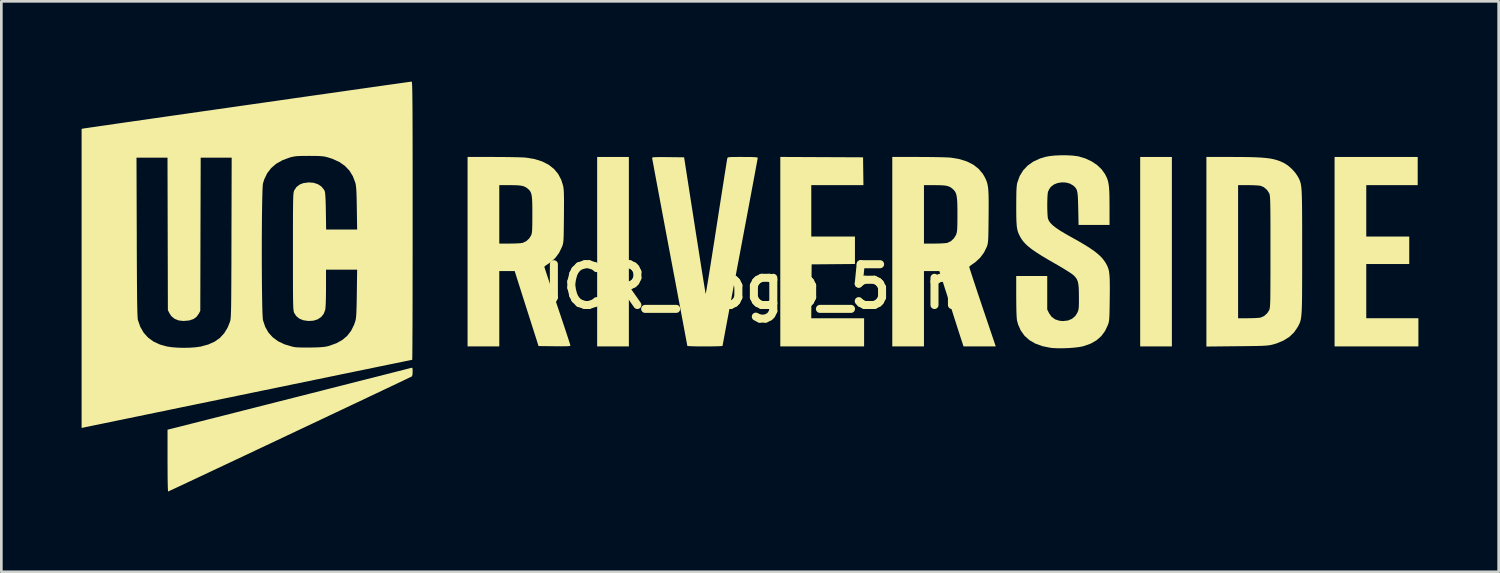
<source format=kicad_pcb>
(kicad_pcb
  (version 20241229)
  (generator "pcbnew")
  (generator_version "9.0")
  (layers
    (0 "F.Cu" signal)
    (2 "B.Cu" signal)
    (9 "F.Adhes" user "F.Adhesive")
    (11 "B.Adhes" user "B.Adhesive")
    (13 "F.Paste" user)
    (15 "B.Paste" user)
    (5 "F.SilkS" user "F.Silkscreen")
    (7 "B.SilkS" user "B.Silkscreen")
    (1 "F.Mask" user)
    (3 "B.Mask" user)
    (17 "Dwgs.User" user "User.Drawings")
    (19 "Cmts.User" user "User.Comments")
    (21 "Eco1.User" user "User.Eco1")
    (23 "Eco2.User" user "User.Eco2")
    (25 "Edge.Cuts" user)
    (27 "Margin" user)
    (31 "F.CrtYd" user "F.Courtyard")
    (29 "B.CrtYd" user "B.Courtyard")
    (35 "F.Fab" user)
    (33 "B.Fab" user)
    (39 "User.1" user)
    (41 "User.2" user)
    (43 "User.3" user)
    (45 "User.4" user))
  (footprint "UCR_Logo_5cm"
    (layer "F.Cu")
    (at 24.979 7.659)
    (property "Reference" "UCR_Logo_5cm" (at 0 0 0) (layer "F.SilkS") (effects (font (size 1.524 1.524) (thickness 0.3))))
    (attr board_only exclude_from_pos_files exclude_from_bom)
    (fp_poly (pts (xy -4.527 2.237) (xy -5.712 2.237) (xy -5.712 -4.843) (xy -4.527 -4.843)) (stroke (width 0) (type solid)) (fill yes) (layer "F.SilkS"))
    (fp_poly (pts (xy 15.766 2.237) (xy 14.582 2.237) (xy 14.582 -4.843) (xy 15.766 -4.843)) (stroke (width 0) (type solid)) (fill yes) (layer "F.SilkS"))
    (fp_poly (pts (xy 24.953 -3.79) (xy 23.031 -3.79) (xy 23.031 -1.869) (xy 24.637 -1.869) (xy 24.637 -0.842) (xy 23.031 -0.842) (xy 23.031 1.184) (xy 24.979 1.184) (xy 24.979 2.237) (xy 21.847 2.237) (xy 21.847 -4.843) (xy 24.953 -4.843)) (stroke (width 0) (type solid)) (fill yes) (layer "F.SilkS"))
    (fp_poly (pts (xy 2.678 -4.837) (xy 4.225 -4.83) (xy 4.239 -3.79) (xy 2.29 -3.79) (xy 2.29 -1.869) (xy 3.922 -1.869) (xy 3.922 -0.843) (xy 3.112 -0.836) (xy 2.303 -0.829) (xy 2.289 1.184) (xy 4.264 1.184) (xy 4.264 2.237) (xy 1.132 2.237) (xy 1.132 -4.844)) (stroke (width 0) (type solid)) (fill yes) (layer "F.SilkS"))
    (fp_poly (pts (xy -12.614 3.058) (xy -12.609 3.115) (xy -12.608 3.182) (xy -12.613 3.282) (xy -12.629 3.346) (xy -12.641 3.361) (xy -12.669 3.375) (xy -12.742 3.41) (xy -12.857 3.465) (xy -13.011 3.539) (xy -13.201 3.629) (xy -13.424 3.735) (xy -13.678 3.855) (xy -13.959 3.988) (xy -14.265 4.133) (xy -14.593 4.289) (xy -14.941 4.453) (xy -15.305 4.625) (xy -15.682 4.803) (xy -16.07 4.987) (xy -16.466 5.174) (xy -16.867 5.363) (xy -17.27 5.553) (xy -17.673 5.744) (xy -18.072 5.932) (xy -18.466 6.118) (xy -18.85 6.299) (xy -19.222 6.474) (xy -19.58 6.643) (xy -19.921 6.803) (xy -20.241 6.954) (xy -20.538 7.094) (xy -20.809 7.221) (xy -21.052 7.335) (xy -21.262 7.434) (xy -21.439 7.517) (xy -21.578 7.582) (xy -21.678 7.628) (xy -21.734 7.654) (xy -21.747 7.659) (xy -21.751 7.634) (xy -21.755 7.561) (xy -21.759 7.447) (xy -21.762 7.295) (xy -21.765 7.112) (xy -21.766 6.903) (xy -21.767 6.674) (xy -21.768 6.505) (xy -21.768 5.35) (xy -21.59 5.305) (xy -21.524 5.289) (xy -21.413 5.261) (xy -21.259 5.222) (xy -21.067 5.173) (xy -20.838 5.115) (xy -20.577 5.049) (xy -20.286 4.975) (xy -19.969 4.895) (xy -19.628 4.809) (xy -19.267 4.717) (xy -18.89 4.621) (xy -18.498 4.522) (xy -18.096 4.42) (xy -17.687 4.316) (xy -17.273 4.211) (xy -16.859 4.106) (xy -16.446 4.001) (xy -16.038 3.898) (xy -15.639 3.796) (xy -15.252 3.698) (xy -14.879 3.603) (xy -14.525 3.513) (xy -14.191 3.429) (xy -13.882 3.35) (xy -13.6 3.278) (xy -13.348 3.214) (xy -13.131 3.159) (xy -12.95 3.113) (xy -12.809 3.077) (xy -12.712 3.052) (xy -12.661 3.039) (xy -12.654 3.037) (xy -12.628 3.036)) (stroke (width 0) (type solid)) (fill yes) (layer "F.SilkS"))
    (fp_poly (pts (xy 6.297 -4.843) (xy 6.531 -4.842) (xy 6.758 -4.84) (xy 6.971 -4.837) (xy 7.161 -4.833) (xy 7.321 -4.828) (xy 7.444 -4.822) (xy 7.515 -4.816) (xy 7.832 -4.762) (xy 8.109 -4.674) (xy 8.347 -4.553) (xy 8.544 -4.399) (xy 8.7 -4.213) (xy 8.758 -4.115) (xy 8.799 -4.035) (xy 8.833 -3.959) (xy 8.86 -3.882) (xy 8.881 -3.797) (xy 8.897 -3.698) (xy 8.908 -3.579) (xy 8.915 -3.435) (xy 8.918 -3.26) (xy 8.919 -3.047) (xy 8.918 -2.791) (xy 8.917 -2.622) (xy 8.914 -2.369) (xy 8.912 -2.162) (xy 8.909 -1.996) (xy 8.906 -1.866) (xy 8.901 -1.764) (xy 8.895 -1.686) (xy 8.887 -1.625) (xy 8.877 -1.575) (xy 8.865 -1.531) (xy 8.85 -1.487) (xy 8.846 -1.478) (xy 8.745 -1.272) (xy 8.604 -1.081) (xy 8.433 -0.921) (xy 8.37 -0.875) (xy 8.288 -0.819) (xy 8.226 -0.772) (xy 8.194 -0.744) (xy 8.192 -0.741) (xy 8.199 -0.713) (xy 8.221 -0.639) (xy 8.258 -0.525) (xy 8.307 -0.374) (xy 8.367 -0.191) (xy 8.437 0.02) (xy 8.515 0.255) (xy 8.6 0.508) (xy 8.684 0.759) (xy 9.184 2.237) (xy 7.98 2.237) (xy 7.887 1.954) (xy 7.857 1.863) (xy 7.814 1.73) (xy 7.76 1.562) (xy 7.698 1.367) (xy 7.629 1.153) (xy 7.558 0.928) (xy 7.488 0.711) (xy 7.418 0.488) (xy 7.35 0.275) (xy 7.287 0.079) (xy 7.232 -0.095) (xy 7.186 -0.24) (xy 7.151 -0.348) (xy 7.13 -0.412) (xy 7.13 -0.415) (xy 7.076 -0.579) (xy 6.501 -0.579) (xy 6.501 2.237) (xy 5.317 2.237) (xy 5.317 -3.79) (xy 6.501 -3.79) (xy 6.501 -1.606) (xy 6.89 -1.606) (xy 7.036 -1.608) (xy 7.172 -1.613) (xy 7.285 -1.621) (xy 7.362 -1.63) (xy 7.377 -1.633) (xy 7.506 -1.695) (xy 7.616 -1.796) (xy 7.696 -1.924) (xy 7.704 -1.942) (xy 7.719 -1.988) (xy 7.731 -2.041) (xy 7.74 -2.108) (xy 7.745 -2.197) (xy 7.749 -2.315) (xy 7.751 -2.469) (xy 7.752 -2.668) (xy 7.752 -2.698) (xy 7.751 -2.928) (xy 7.747 -3.113) (xy 7.738 -3.259) (xy 7.724 -3.372) (xy 7.704 -3.46) (xy 7.675 -3.529) (xy 7.636 -3.586) (xy 7.587 -3.637) (xy 7.566 -3.656) (xy 7.504 -3.704) (xy 7.435 -3.739) (xy 7.351 -3.764) (xy 7.243 -3.779) (xy 7.101 -3.787) (xy 6.917 -3.79) (xy 6.89 -3.79) (xy 6.501 -3.79) (xy 5.317 -3.79) (xy 5.317 -4.843)) (stroke (width 0) (type solid)) (fill yes) (layer "F.SilkS"))
    (fp_poly (pts (xy -9.574 -4.843) (xy -9.341 -4.842) (xy -9.114 -4.84) (xy -8.901 -4.837) (xy -8.711 -4.833) (xy -8.551 -4.828) (xy -8.428 -4.822) (xy -8.357 -4.816) (xy -8.04 -4.762) (xy -7.762 -4.673) (xy -7.524 -4.551) (xy -7.326 -4.396) (xy -7.169 -4.207) (xy -7.053 -3.985) (xy -6.987 -3.776) (xy -6.976 -3.72) (xy -6.967 -3.656) (xy -6.96 -3.577) (xy -6.956 -3.478) (xy -6.953 -3.353) (xy -6.951 -3.195) (xy -6.952 -3) (xy -6.953 -2.761) (xy -6.954 -2.621) (xy -6.957 -2.368) (xy -6.959 -2.162) (xy -6.962 -1.997) (xy -6.965 -1.867) (xy -6.969 -1.767) (xy -6.975 -1.69) (xy -6.983 -1.63) (xy -6.993 -1.583) (xy -7.005 -1.541) (xy -7.02 -1.5) (xy -7.025 -1.487) (xy -7.136 -1.258) (xy -7.276 -1.069) (xy -7.451 -0.91) (xy -7.587 -0.818) (xy -7.647 -0.778) (xy -7.682 -0.745) (xy -7.686 -0.737) (xy -7.678 -0.708) (xy -7.654 -0.635) (xy -7.616 -0.52) (xy -7.567 -0.369) (xy -7.506 -0.186) (xy -7.435 0.024) (xy -7.357 0.258) (xy -7.272 0.51) (xy -7.199 0.728) (xy -7.11 0.992) (xy -7.026 1.242) (xy -6.949 1.472) (xy -6.88 1.68) (xy -6.821 1.859) (xy -6.773 2.005) (xy -6.738 2.115) (xy -6.717 2.183) (xy -6.712 2.204) (xy -6.722 2.215) (xy -6.756 2.224) (xy -6.818 2.229) (xy -6.916 2.232) (xy -7.053 2.233) (xy -7.236 2.232) (xy -7.307 2.231) (xy -7.902 2.224) (xy -8.255 1.119) (xy -8.333 0.875) (xy -8.409 0.636) (xy -8.482 0.408) (xy -8.548 0.199) (xy -8.606 0.016) (xy -8.654 -0.135) (xy -8.689 -0.246) (xy -8.701 -0.283) (xy -8.794 -0.579) (xy -9.37 -0.579) (xy -9.37 2.237) (xy -10.555 2.237) (xy -10.555 -3.79) (xy -9.37 -3.79) (xy -9.37 -1.606) (xy -8.982 -1.606) (xy -8.836 -1.608) (xy -8.7 -1.613) (xy -8.588 -1.62) (xy -8.511 -1.63) (xy -8.496 -1.633) (xy -8.364 -1.695) (xy -8.252 -1.797) (xy -8.183 -1.907) (xy -8.168 -1.945) (xy -8.156 -1.989) (xy -8.148 -2.046) (xy -8.142 -2.124) (xy -8.138 -2.228) (xy -8.136 -2.366) (xy -8.135 -2.546) (xy -8.134 -2.698) (xy -8.135 -2.929) (xy -8.138 -3.114) (xy -8.144 -3.259) (xy -8.155 -3.372) (xy -8.171 -3.458) (xy -8.195 -3.524) (xy -8.226 -3.577) (xy -8.267 -3.623) (xy -8.315 -3.665) (xy -8.377 -3.71) (xy -8.446 -3.743) (xy -8.532 -3.766) (xy -8.643 -3.781) (xy -8.789 -3.788) (xy -8.978 -3.79) (xy -8.982 -3.79) (xy -9.37 -3.79) (xy -10.555 -3.79) (xy -10.555 -4.843)) (stroke (width 0) (type solid)) (fill yes) (layer "F.SilkS"))
    (fp_poly (pts (xy 18.023 -4.843) (xy 18.359 -4.842) (xy 18.648 -4.838) (xy 18.895 -4.831) (xy 19.106 -4.82) (xy 19.287 -4.804) (xy 19.441 -4.784) (xy 19.576 -4.757) (xy 19.697 -4.724) (xy 19.809 -4.684) (xy 19.917 -4.636) (xy 19.963 -4.614) (xy 20.101 -4.525) (xy 20.242 -4.403) (xy 20.369 -4.264) (xy 20.466 -4.124) (xy 20.474 -4.109) (xy 20.501 -4.059) (xy 20.525 -4.012) (xy 20.546 -3.965) (xy 20.563 -3.915) (xy 20.579 -3.859) (xy 20.592 -3.792) (xy 20.603 -3.712) (xy 20.612 -3.614) (xy 20.619 -3.496) (xy 20.624 -3.353) (xy 20.628 -3.183) (xy 20.631 -2.982) (xy 20.633 -2.747) (xy 20.634 -2.473) (xy 20.635 -2.158) (xy 20.635 -1.798) (xy 20.635 -1.389) (xy 20.635 -1.303) (xy 20.635 -0.884) (xy 20.635 -0.515) (xy 20.634 -0.191) (xy 20.633 0.09) (xy 20.632 0.333) (xy 20.629 0.541) (xy 20.625 0.716) (xy 20.62 0.864) (xy 20.613 0.987) (xy 20.604 1.089) (xy 20.594 1.172) (xy 20.581 1.242) (xy 20.566 1.3) (xy 20.548 1.352) (xy 20.528 1.399) (xy 20.504 1.446) (xy 20.478 1.497) (xy 20.471 1.51) (xy 20.334 1.71) (xy 20.156 1.88) (xy 19.936 2.019) (xy 19.676 2.126) (xy 19.554 2.162) (xy 19.497 2.176) (xy 19.441 2.188) (xy 19.381 2.197) (xy 19.309 2.205) (xy 19.222 2.211) (xy 19.113 2.216) (xy 18.977 2.22) (xy 18.808 2.223) (xy 18.6 2.226) (xy 18.348 2.229) (xy 18.195 2.23) (xy 17.056 2.242) (xy 17.056 -3.79) (xy 18.241 -3.79) (xy 18.241 1.184) (xy 18.616 1.184) (xy 18.76 1.182) (xy 18.894 1.177) (xy 19.004 1.169) (xy 19.077 1.16) (xy 19.089 1.157) (xy 19.221 1.095) (xy 19.333 0.993) (xy 19.402 0.883) (xy 19.411 0.861) (xy 19.418 0.835) (xy 19.425 0.801) (xy 19.431 0.756) (xy 19.435 0.695) (xy 19.439 0.616) (xy 19.443 0.515) (xy 19.445 0.388) (xy 19.447 0.232) (xy 19.448 0.042) (xy 19.449 -0.184) (xy 19.45 -0.45) (xy 19.45 -0.76) (xy 19.45 -1.118) (xy 19.45 -1.303) (xy 19.45 -1.684) (xy 19.45 -2.016) (xy 19.45 -2.302) (xy 19.449 -2.547) (xy 19.448 -2.753) (xy 19.446 -2.924) (xy 19.444 -3.065) (xy 19.441 -3.178) (xy 19.437 -3.267) (xy 19.433 -3.335) (xy 19.428 -3.387) (xy 19.422 -3.426) (xy 19.415 -3.455) (xy 19.406 -3.479) (xy 19.402 -3.489) (xy 19.319 -3.615) (xy 19.204 -3.712) (xy 19.089 -3.763) (xy 19.027 -3.773) (xy 18.925 -3.781) (xy 18.796 -3.787) (xy 18.653 -3.79) (xy 18.616 -3.79) (xy 18.241 -3.79) (xy 17.056 -3.79) (xy 17.056 -4.843)) (stroke (width 0) (type solid)) (fill yes) (layer "F.SilkS"))
    (fp_poly (pts (xy -0.075 -4.842) (xy 0.075 -4.84) (xy 0.182 -4.835) (xy 0.25 -4.828) (xy 0.284 -4.819) (xy 0.29 -4.811) (xy 0.285 -4.782) (xy 0.271 -4.704) (xy 0.248 -4.581) (xy 0.217 -4.414) (xy 0.179 -4.208) (xy 0.134 -3.966) (xy 0.082 -3.689) (xy 0.025 -3.383) (xy -0.038 -3.048) (xy -0.105 -2.689) (xy -0.177 -2.309) (xy -0.252 -1.909) (xy -0.33 -1.495) (xy -0.368 -1.29) (xy -0.448 -0.869) (xy -0.524 -0.463) (xy -0.598 -0.074) (xy -0.667 0.295) (xy -0.732 0.641) (xy -0.792 0.961) (xy -0.847 1.251) (xy -0.895 1.509) (xy -0.937 1.732) (xy -0.971 1.917) (xy -0.998 2.06) (xy -1.016 2.159) (xy -1.025 2.211) (xy -1.027 2.218) (xy -1.052 2.223) (xy -1.122 2.228) (xy -1.232 2.232) (xy -1.372 2.235) (xy -1.538 2.237) (xy -1.685 2.237) (xy -1.864 2.237) (xy -2.026 2.235) (xy -2.161 2.231) (xy -2.263 2.227) (xy -2.326 2.222) (xy -2.343 2.218) (xy -2.347 2.19) (xy -2.361 2.114) (xy -2.384 1.992) (xy -2.415 1.827) (xy -2.453 1.622) (xy -2.498 1.381) (xy -2.55 1.106) (xy -2.607 0.8) (xy -2.67 0.467) (xy -2.737 0.109) (xy -2.808 -0.271) (xy -2.884 -0.67) (xy -2.962 -1.084) (xy -3.001 -1.291) (xy -3.08 -1.712) (xy -3.157 -2.119) (xy -3.23 -2.509) (xy -3.299 -2.879) (xy -3.364 -3.225) (xy -3.424 -3.546) (xy -3.479 -3.837) (xy -3.527 -4.096) (xy -3.569 -4.32) (xy -3.603 -4.506) (xy -3.63 -4.651) (xy -3.648 -4.751) (xy -3.658 -4.804) (xy -3.659 -4.812) (xy -3.646 -4.823) (xy -3.603 -4.831) (xy -3.526 -4.836) (xy -3.411 -4.838) (xy -3.252 -4.839) (xy -3.061 -4.837) (xy -2.463 -4.83) (xy -2.066 -2.284) (xy -2.01 -1.925) (xy -1.955 -1.58) (xy -1.904 -1.254) (xy -1.856 -0.95) (xy -1.812 -0.671) (xy -1.772 -0.422) (xy -1.737 -0.205) (xy -1.707 -0.024) (xy -1.684 0.118) (xy -1.667 0.216) (xy -1.658 0.267) (xy -1.656 0.274) (xy -1.65 0.251) (xy -1.637 0.179) (xy -1.617 0.061) (xy -1.591 -0.097) (xy -1.558 -0.294) (xy -1.521 -0.524) (xy -1.479 -0.786) (xy -1.433 -1.075) (xy -1.384 -1.388) (xy -1.331 -1.721) (xy -1.277 -2.071) (xy -1.254 -2.219) (xy -1.198 -2.577) (xy -1.145 -2.92) (xy -1.094 -3.246) (xy -1.046 -3.551) (xy -1.002 -3.83) (xy -0.963 -4.081) (xy -0.928 -4.3) (xy -0.899 -4.482) (xy -0.877 -4.625) (xy -0.86 -4.725) (xy -0.852 -4.777) (xy -0.85 -4.784) (xy -0.845 -4.803) (xy -0.833 -4.818) (xy -0.81 -4.829) (xy -0.768 -4.836) (xy -0.699 -4.84) (xy -0.599 -4.842) (xy -0.459 -4.843) (xy -0.274 -4.843)) (stroke (width 0) (type solid)) (fill yes) (layer "F.SilkS"))
    (fp_poly (pts (xy 11.859 -4.905) (xy 12.07 -4.893) (xy 12.251 -4.869) (xy 12.292 -4.86) (xy 12.54 -4.785) (xy 12.77 -4.676) (xy 12.974 -4.539) (xy 13.142 -4.379) (xy 13.268 -4.202) (xy 13.272 -4.194) (xy 13.317 -4.105) (xy 13.354 -4.019) (xy 13.382 -3.929) (xy 13.402 -3.827) (xy 13.417 -3.706) (xy 13.427 -3.559) (xy 13.433 -3.378) (xy 13.435 -3.156) (xy 13.436 -3.014) (xy 13.437 -2.303) (xy 12.279 -2.303) (xy 12.266 -2.922) (xy 12.261 -3.135) (xy 12.255 -3.302) (xy 12.246 -3.431) (xy 12.233 -3.528) (xy 12.215 -3.602) (xy 12.189 -3.658) (xy 12.155 -3.704) (xy 12.111 -3.748) (xy 12.082 -3.773) (xy 11.957 -3.847) (xy 11.808 -3.887) (xy 11.649 -3.894) (xy 11.493 -3.868) (xy 11.353 -3.812) (xy 11.242 -3.724) (xy 11.241 -3.723) (xy 11.184 -3.642) (xy 11.142 -3.553) (xy 11.135 -3.534) (xy 11.124 -3.463) (xy 11.116 -3.351) (xy 11.111 -3.213) (xy 11.109 -3.059) (xy 11.11 -2.904) (xy 11.115 -2.76) (xy 11.122 -2.639) (xy 11.133 -2.555) (xy 11.136 -2.54) (xy 11.17 -2.457) (xy 11.229 -2.374) (xy 11.318 -2.286) (xy 11.439 -2.191) (xy 11.598 -2.084) (xy 11.799 -1.964) (xy 11.991 -1.856) (xy 12.27 -1.7) (xy 12.505 -1.562) (xy 12.702 -1.438) (xy 12.866 -1.325) (xy 12.999 -1.219) (xy 13.109 -1.118) (xy 13.198 -1.016) (xy 13.273 -0.912) (xy 13.3 -0.868) (xy 13.34 -0.795) (xy 13.372 -0.723) (xy 13.398 -0.647) (xy 13.418 -0.559) (xy 13.431 -0.453) (xy 13.441 -0.324) (xy 13.445 -0.164) (xy 13.447 0.032) (xy 13.446 0.27) (xy 13.444 0.429) (xy 13.441 0.665) (xy 13.438 0.854) (xy 13.435 1.004) (xy 13.43 1.12) (xy 13.424 1.21) (xy 13.417 1.279) (xy 13.407 1.333) (xy 13.394 1.38) (xy 13.379 1.426) (xy 13.376 1.432) (xy 13.268 1.662) (xy 13.126 1.854) (xy 12.948 2.01) (xy 12.732 2.133) (xy 12.475 2.224) (xy 12.421 2.238) (xy 12.28 2.264) (xy 12.102 2.284) (xy 11.902 2.299) (xy 11.695 2.306) (xy 11.496 2.306) (xy 11.319 2.298) (xy 11.226 2.288) (xy 10.926 2.227) (xy 10.664 2.132) (xy 10.442 2.003) (xy 10.26 1.84) (xy 10.119 1.644) (xy 10.018 1.416) (xy 9.979 1.269) (xy 9.97 1.198) (xy 9.962 1.079) (xy 9.956 0.92) (xy 9.952 0.725) (xy 9.95 0.501) (xy 9.949 0.367) (xy 9.949 -0.395) (xy 11.108 -0.395) (xy 11.108 0.859) (xy 11.18 1.002) (xy 11.274 1.134) (xy 11.403 1.226) (xy 11.563 1.278) (xy 11.7 1.29) (xy 11.882 1.269) (xy 12.034 1.206) (xy 12.154 1.103) (xy 12.22 1.002) (xy 12.246 0.949) (xy 12.265 0.901) (xy 12.277 0.85) (xy 12.286 0.785) (xy 12.29 0.696) (xy 12.292 0.575) (xy 12.292 0.412) (xy 12.292 0.395) (xy 12.29 0.19) (xy 12.284 0.029) (xy 12.27 -0.095) (xy 12.248 -0.193) (xy 12.215 -0.272) (xy 12.169 -0.34) (xy 12.109 -0.406) (xy 12.1 -0.415) (xy 12.043 -0.461) (xy 11.946 -0.528) (xy 11.817 -0.61) (xy 11.663 -0.704) (xy 11.492 -0.805) (xy 11.423 -0.844) (xy 11.143 -1.005) (xy 10.905 -1.147) (xy 10.706 -1.274) (xy 10.541 -1.387) (xy 10.407 -1.492) (xy 10.298 -1.592) (xy 10.21 -1.689) (xy 10.139 -1.788) (xy 10.08 -1.891) (xy 10.073 -1.906) (xy 10.038 -1.98) (xy 10.011 -2.052) (xy 9.99 -2.129) (xy 9.974 -2.217) (xy 9.964 -2.325) (xy 9.956 -2.46) (xy 9.952 -2.628) (xy 9.95 -2.836) (xy 9.95 -3.002) (xy 9.951 -3.237) (xy 9.953 -3.426) (xy 9.956 -3.575) (xy 9.963 -3.691) (xy 9.971 -3.782) (xy 9.982 -3.852) (xy 9.99 -3.883) (xy 10.078 -4.129) (xy 10.208 -4.342) (xy 10.379 -4.523) (xy 10.591 -4.672) (xy 10.843 -4.787) (xy 11.045 -4.848) (xy 11.212 -4.878) (xy 11.414 -4.898) (xy 11.635 -4.907)) (stroke (width 0) (type solid)) (fill yes) (layer "F.SilkS"))
    (fp_poly (pts (xy -12.64 -7.654) (xy -12.636 -7.635) (xy -12.633 -7.601) (xy -12.629 -7.551) (xy -12.626 -7.481) (xy -12.623 -7.39) (xy -12.621 -7.276) (xy -12.619 -7.137) (xy -12.617 -6.971) (xy -12.615 -6.775) (xy -12.613 -6.549) (xy -12.612 -6.289) (xy -12.611 -5.993) (xy -12.61 -5.66) (xy -12.609 -5.288) (xy -12.609 -4.874) (xy -12.608 -4.417) (xy -12.608 -3.914) (xy -12.608 -3.364) (xy -12.608 -2.763) (xy -12.608 -2.461) (xy -12.608 -1.942) (xy -12.608 -1.437) (xy -12.609 -0.949) (xy -12.609 -0.48) (xy -12.61 -0.033) (xy -12.61 0.39) (xy -12.611 0.786) (xy -12.612 1.153) (xy -12.613 1.488) (xy -12.615 1.789) (xy -12.616 2.053) (xy -12.617 2.278) (xy -12.619 2.461) (xy -12.62 2.6) (xy -12.622 2.692) (xy -12.623 2.735) (xy -12.624 2.737) (xy -12.65 2.743) (xy -12.727 2.758) (xy -12.85 2.783) (xy -13.018 2.818) (xy -13.228 2.861) (xy -13.478 2.912) (xy -13.767 2.971) (xy -14.09 3.038) (xy -14.448 3.112) (xy -14.836 3.191) (xy -15.253 3.277) (xy -15.696 3.369) (xy -16.164 3.465) (xy -16.653 3.566) (xy -17.162 3.671) (xy -17.689 3.78) (xy -18.23 3.891) (xy -18.579 3.963) (xy -19.132 4.077) (xy -19.673 4.189) (xy -20.199 4.298) (xy -20.709 4.403) (xy -21.2 4.504) (xy -21.669 4.601) (xy -22.115 4.693) (xy -22.534 4.779) (xy -22.924 4.86) (xy -23.284 4.934) (xy -23.61 5.001) (xy -23.9 5.061) (xy -24.152 5.113) (xy -24.363 5.157) (xy -24.531 5.191) (xy -24.654 5.217) (xy -24.728 5.232) (xy -24.749 5.236) (xy -24.979 5.284) (xy -24.979 -4.817) (xy -22.928 -4.817) (xy -22.918 -1.849) (xy -22.917 -1.363) (xy -22.915 -0.926) (xy -22.913 -0.538) (xy -22.911 -0.195) (xy -22.908 0.105) (xy -22.906 0.364) (xy -22.903 0.585) (xy -22.899 0.77) (xy -22.896 0.922) (xy -22.892 1.042) (xy -22.887 1.134) (xy -22.883 1.199) (xy -22.877 1.241) (xy -22.875 1.25) (xy -22.787 1.505) (xy -22.66 1.725) (xy -22.495 1.908) (xy -22.291 2.056) (xy -22.048 2.168) (xy -21.797 2.238) (xy -21.616 2.266) (xy -21.401 2.283) (xy -21.168 2.29) (xy -20.933 2.285) (xy -20.715 2.269) (xy -20.53 2.243) (xy -20.517 2.24) (xy -20.241 2.164) (xy -20.006 2.058) (xy -19.81 1.919) (xy -19.65 1.744) (xy -19.521 1.531) (xy -19.435 1.316) (xy -19.427 1.292) (xy -19.42 1.263) (xy -19.415 1.228) (xy -19.409 1.182) (xy -19.405 1.124) (xy -19.401 1.05) (xy -19.397 0.958) (xy -19.394 0.843) (xy -19.391 0.704) (xy -19.389 0.537) (xy -19.387 0.339) (xy -19.386 0.107) (xy -19.384 -0.161) (xy -19.383 -0.469) (xy -19.381 -0.82) (xy -19.38 -1.217) (xy -19.38 -1.373) (xy -18.245 -1.373) (xy -18.245 -1.047) (xy -18.244 -0.724) (xy -18.242 -0.41) (xy -18.24 -0.109) (xy -18.237 0.174) (xy -18.233 0.435) (xy -18.229 0.669) (xy -18.224 0.871) (xy -18.218 1.036) (xy -18.211 1.161) (xy -18.204 1.24) (xy -18.201 1.257) (xy -18.119 1.504) (xy -17.998 1.718) (xy -17.836 1.898) (xy -17.634 2.046) (xy -17.391 2.161) (xy -17.106 2.245) (xy -17.008 2.265) (xy -16.942 2.271) (xy -16.834 2.276) (xy -16.696 2.279) (xy -16.539 2.28) (xy -16.398 2.278) (xy -16.211 2.274) (xy -16.065 2.268) (xy -15.951 2.259) (xy -15.858 2.246) (xy -15.775 2.229) (xy -15.718 2.213) (xy -15.453 2.117) (xy -15.232 1.993) (xy -15.05 1.839) (xy -14.906 1.651) (xy -14.796 1.427) (xy -14.748 1.286) (xy -14.736 1.235) (xy -14.726 1.169) (xy -14.717 1.08) (xy -14.711 0.965) (xy -14.705 0.816) (xy -14.7 0.63) (xy -14.696 0.399) (xy -14.694 0.257) (xy -14.682 -0.632) (xy -15.845 -0.632) (xy -15.845 0.051) (xy -15.847 0.265) (xy -15.85 0.458) (xy -15.855 0.625) (xy -15.862 0.756) (xy -15.871 0.846) (xy -15.875 0.87) (xy -15.931 1.02) (xy -16.027 1.139) (xy -16.157 1.225) (xy -16.315 1.275) (xy -16.497 1.287) (xy -16.687 1.261) (xy -16.835 1.203) (xy -16.955 1.107) (xy -17.032 0.99) (xy -17.041 0.969) (xy -17.049 0.944) (xy -17.055 0.911) (xy -17.061 0.868) (xy -17.066 0.811) (xy -17.07 0.736) (xy -17.073 0.639) (xy -17.076 0.518) (xy -17.078 0.369) (xy -17.079 0.187) (xy -17.08 -0.029) (xy -17.081 -0.284) (xy -17.081 -0.582) (xy -17.081 -0.925) (xy -17.081 -1.303) (xy -17.081 -1.694) (xy -17.081 -2.035) (xy -17.081 -2.331) (xy -17.08 -2.585) (xy -17.079 -2.8) (xy -17.077 -2.98) (xy -17.075 -3.128) (xy -17.073 -3.249) (xy -17.07 -3.344) (xy -17.066 -3.419) (xy -17.061 -3.476) (xy -17.055 -3.518) (xy -17.048 -3.55) (xy -17.041 -3.575) (xy -17.032 -3.596) (xy -16.948 -3.72) (xy -16.826 -3.814) (xy -16.687 -3.867) (xy -16.492 -3.892) (xy -16.31 -3.878) (xy -16.15 -3.826) (xy -16.018 -3.739) (xy -15.921 -3.621) (xy -15.894 -3.567) (xy -15.882 -3.513) (xy -15.872 -3.414) (xy -15.863 -3.268) (xy -15.856 -3.074) (xy -15.851 -2.829) (xy -15.851 -2.81) (xy -15.841 -2.132) (xy -14.682 -2.132) (xy -14.694 -2.928) (xy -14.698 -3.17) (xy -14.703 -3.366) (xy -14.708 -3.521) (xy -14.715 -3.643) (xy -14.724 -3.738) (xy -14.734 -3.811) (xy -14.747 -3.87) (xy -14.75 -3.88) (xy -14.842 -4.124) (xy -14.971 -4.333) (xy -15.138 -4.509) (xy -15.346 -4.654) (xy -15.597 -4.77) (xy -15.759 -4.823) (xy -15.837 -4.844) (xy -15.911 -4.86) (xy -15.992 -4.87) (xy -16.09 -4.877) (xy -16.214 -4.881) (xy -16.375 -4.882) (xy -16.477 -4.883) (xy -16.661 -4.882) (xy -16.803 -4.88) (xy -16.913 -4.875) (xy -17.001 -4.866) (xy -17.078 -4.853) (xy -17.153 -4.835) (xy -17.2 -4.822) (xy -17.474 -4.721) (xy -17.706 -4.59) (xy -17.895 -4.428) (xy -18.045 -4.233) (xy -18.154 -4.005) (xy -18.2 -3.857) (xy -18.208 -3.801) (xy -18.215 -3.696) (xy -18.221 -3.549) (xy -18.226 -3.362) (xy -18.231 -3.142) (xy -18.235 -2.893) (xy -18.239 -2.619) (xy -18.241 -2.326) (xy -18.243 -2.017) (xy -18.245 -1.698) (xy -18.245 -1.373) (xy -19.38 -1.373) (xy -19.379 -1.662) (xy -19.379 -1.823) (xy -19.371 -4.817) (xy -20.529 -4.817) (xy -20.537 -1.954) (xy -20.544 0.908) (xy -20.602 1.018) (xy -20.685 1.133) (xy -20.795 1.213) (xy -20.94 1.262) (xy -20.972 1.269) (xy -21.173 1.287) (xy -21.352 1.266) (xy -21.503 1.206) (xy -21.622 1.11) (xy -21.687 1.014) (xy -21.755 0.883) (xy -21.762 -1.967) (xy -21.769 -4.817) (xy -22.928 -4.817) (xy -24.979 -4.817) (xy -24.979 -5.892) (xy -24.906 -5.907) (xy -24.873 -5.912) (xy -24.79 -5.924) (xy -24.661 -5.943) (xy -24.489 -5.968) (xy -24.275 -5.999) (xy -24.024 -6.035) (xy -23.738 -6.077) (xy -23.419 -6.123) (xy -23.071 -6.173) (xy -22.696 -6.226) (xy -22.297 -6.284) (xy -21.877 -6.344) (xy -21.439 -6.407) (xy -20.985 -6.472) (xy -20.518 -6.539) (xy -20.041 -6.607) (xy -19.557 -6.676) (xy -19.068 -6.746) (xy -18.578 -6.816) (xy -18.088 -6.886) (xy -17.603 -6.955) (xy -17.125 -7.024) (xy -16.656 -7.091) (xy -16.199 -7.156) (xy -15.757 -7.219) (xy -15.333 -7.279) (xy -14.93 -7.337) (xy -14.55 -7.391) (xy -14.197 -7.441) (xy -13.872 -7.487) (xy -13.58 -7.529) (xy -13.322 -7.565) (xy -13.101 -7.596) (xy -12.92 -7.622) (xy -12.783 -7.641) (xy -12.691 -7.654) (xy -12.648 -7.659) (xy -12.645 -7.659)) (stroke (width 0) (type solid)) (fill yes) (layer "F.SilkS")))
  (gr_rect
    (start -3 -3)
    (end 52.958 18.319)
    (stroke (width 0.1) (type default))
    (fill no)
    (layer "Edge.Cuts")))
</source>
